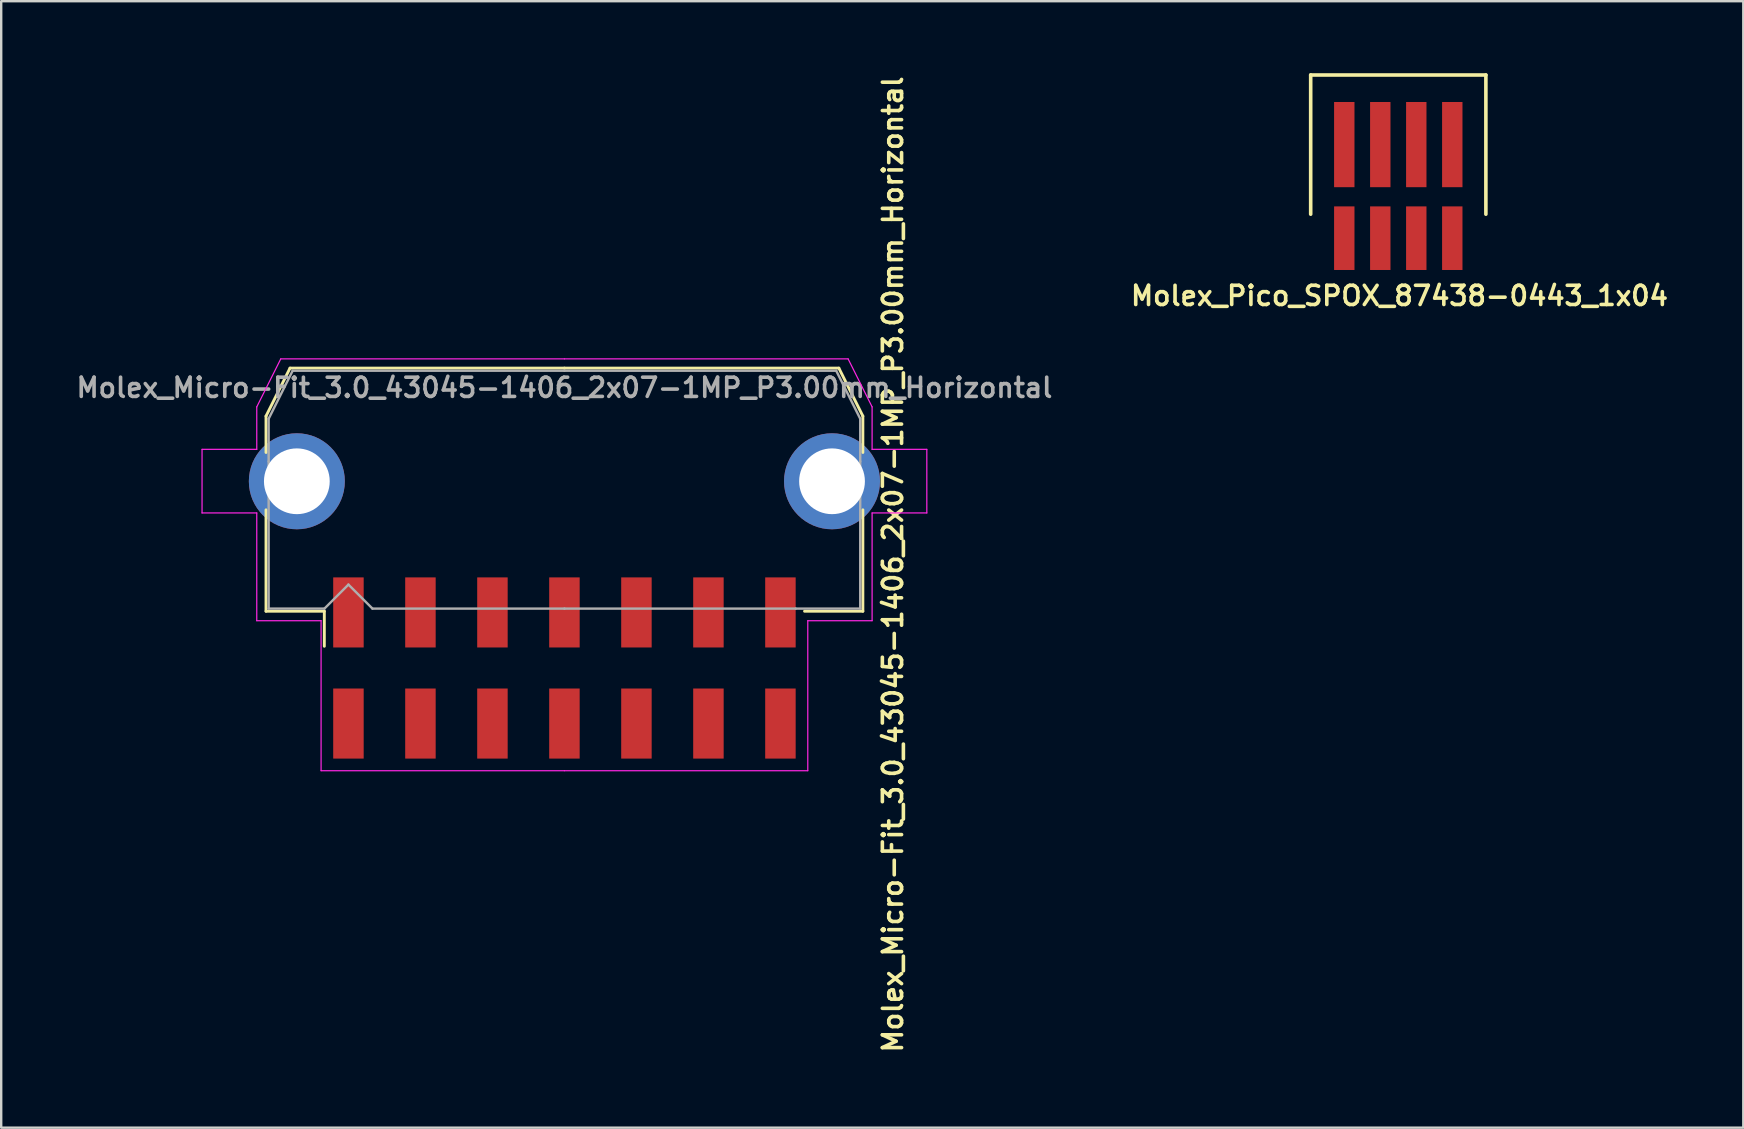
<source format=kicad_pcb>
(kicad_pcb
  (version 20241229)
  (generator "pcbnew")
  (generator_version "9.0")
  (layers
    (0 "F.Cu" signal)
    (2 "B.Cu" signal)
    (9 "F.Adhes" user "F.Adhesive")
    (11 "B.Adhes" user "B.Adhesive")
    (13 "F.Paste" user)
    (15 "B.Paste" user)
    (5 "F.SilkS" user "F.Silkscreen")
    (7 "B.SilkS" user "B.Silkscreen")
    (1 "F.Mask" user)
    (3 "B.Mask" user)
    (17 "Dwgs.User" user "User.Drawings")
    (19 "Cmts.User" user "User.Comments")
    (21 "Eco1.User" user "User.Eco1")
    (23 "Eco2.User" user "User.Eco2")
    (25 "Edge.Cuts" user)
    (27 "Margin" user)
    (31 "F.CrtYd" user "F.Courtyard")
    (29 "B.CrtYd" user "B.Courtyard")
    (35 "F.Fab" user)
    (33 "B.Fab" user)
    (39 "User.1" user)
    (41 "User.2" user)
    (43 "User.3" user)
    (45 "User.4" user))
  (footprint "Molex_Micro-Fit_3.0_43045-1406_2x07-1MP_P3.00mm_Horizontal"
    (layer "F.Cu")
    (at 20.469 24.784)
    (property "Reference" "Molex_Micro-Fit_3.0_43045-1406_2x07-1MP_P3.00mm_Horizontal" (at 13.685 -4.315 90) (layer "F.SilkS") (effects (font (size 0.8 0.8) (thickness 0.15))))
    (attr smd)
    (fp_line (start -12.435 -10.495) (end -12.435 -8.98) (stroke (width 0.12) (type solid)) (layer "F.SilkS"))
    (fp_line (start -12.435 -6.59) (end -12.435 -2.365) (stroke (width 0.12) (type solid)) (layer "F.SilkS"))
    (fp_line (start -12.435 -2.365) (end -10.005 -2.365) (stroke (width 0.12) (type solid)) (layer "F.SilkS"))
    (fp_line (start -11.435 -12.495) (end -12.435 -10.495) (stroke (width 0.12) (type solid)) (layer "F.SilkS"))
    (fp_line (start -10.005 -2.365) (end -10.005 -0.905) (stroke (width 0.12) (type solid)) (layer "F.SilkS"))
    (fp_line (start 0 -12.495) (end -11.435 -12.495) (stroke (width 0.12) (type solid)) (layer "F.SilkS"))
    (fp_line (start 0 -12.495) (end 11.435 -12.495) (stroke (width 0.12) (type solid)) (layer "F.SilkS"))
    (fp_line (start 11.435 -12.495) (end 12.435 -10.495) (stroke (width 0.12) (type solid)) (layer "F.SilkS"))
    (fp_line (start 12.435 -10.495) (end 12.435 -8.98) (stroke (width 0.12) (type solid)) (layer "F.SilkS"))
    (fp_line (start 12.435 -6.59) (end 12.435 -2.365) (stroke (width 0.12) (type solid)) (layer "F.SilkS"))
    (fp_line (start 12.435 -2.365) (end 10.005 -2.365) (stroke (width 0.12) (type solid)) (layer "F.SilkS"))
    (fp_line (start -15.1 -9.11) (end -15.1 -6.46) (stroke (width 0.05) (type solid)) (layer "F.CrtYd"))
    (fp_line (start -15.1 -6.46) (end -12.82 -6.46) (stroke (width 0.05) (type solid)) (layer "F.CrtYd"))
    (fp_line (start -12.82 -10.88) (end -12.82 -9.11) (stroke (width 0.05) (type solid)) (layer "F.CrtYd"))
    (fp_line (start -12.82 -9.11) (end -15.1 -9.11) (stroke (width 0.05) (type solid)) (layer "F.CrtYd"))
    (fp_line (start -12.82 -6.46) (end -12.82 -1.97) (stroke (width 0.05) (type solid)) (layer "F.CrtYd"))
    (fp_line (start -12.82 -1.97) (end -10.14 -1.97) (stroke (width 0.05) (type solid)) (layer "F.CrtYd"))
    (fp_line (start -11.82 -12.88) (end -12.82 -10.88) (stroke (width 0.05) (type solid)) (layer "F.CrtYd"))
    (fp_line (start -10.14 -1.97) (end -10.14 4.28) (stroke (width 0.05) (type solid)) (layer "F.CrtYd"))
    (fp_line (start -10.14 4.28) (end 0 4.28) (stroke (width 0.05) (type solid)) (layer "F.CrtYd"))
    (fp_line (start 0 -12.88) (end -11.82 -12.88) (stroke (width 0.05) (type solid)) (layer "F.CrtYd"))
    (fp_line (start 0 -12.88) (end 11.82 -12.88) (stroke (width 0.05) (type solid)) (layer "F.CrtYd"))
    (fp_line (start 10.14 -1.97) (end 10.14 4.28) (stroke (width 0.05) (type solid)) (layer "F.CrtYd"))
    (fp_line (start 10.14 4.28) (end 0 4.28) (stroke (width 0.05) (type solid)) (layer "F.CrtYd"))
    (fp_line (start 11.82 -12.88) (end 12.82 -10.88) (stroke (width 0.05) (type solid)) (layer "F.CrtYd"))
    (fp_line (start 12.82 -10.88) (end 12.82 -9.11) (stroke (width 0.05) (type solid)) (layer "F.CrtYd"))
    (fp_line (start 12.82 -9.11) (end 15.1 -9.11) (stroke (width 0.05) (type solid)) (layer "F.CrtYd"))
    (fp_line (start 12.82 -6.46) (end 12.82 -1.97) (stroke (width 0.05) (type solid)) (layer "F.CrtYd"))
    (fp_line (start 12.82 -1.97) (end 10.14 -1.97) (stroke (width 0.05) (type solid)) (layer "F.CrtYd"))
    (fp_line (start 15.1 -9.11) (end 15.1 -6.46) (stroke (width 0.05) (type solid)) (layer "F.CrtYd"))
    (fp_line (start 15.1 -6.46) (end 12.82 -6.46) (stroke (width 0.05) (type solid)) (layer "F.CrtYd"))
    (fp_line (start -12.325 -10.385) (end -12.325 -8.61) (stroke (width 0.1) (type solid)) (layer "F.Fab"))
    (fp_line (start -12.325 -8.61) (end -12.325 -2.475) (stroke (width 0.1) (type solid)) (layer "F.Fab"))
    (fp_line (start -12.325 -2.475) (end -10 -2.475) (stroke (width 0.1) (type solid)) (layer "F.Fab"))
    (fp_line (start -11.325 -12.385) (end -12.325 -10.385) (stroke (width 0.1) (type solid)) (layer "F.Fab"))
    (fp_line (start -10 -2.475) (end -9 -3.475) (stroke (width 0.1) (type solid)) (layer "F.Fab"))
    (fp_line (start -9 -3.475) (end -8 -2.475) (stroke (width 0.1) (type solid)) (layer "F.Fab"))
    (fp_line (start -8 -2.475) (end 0 -2.475) (stroke (width 0.1) (type solid)) (layer "F.Fab"))
    (fp_line (start 0 -12.385) (end -11.325 -12.385) (stroke (width 0.1) (type solid)) (layer "F.Fab"))
    (fp_line (start 0 -12.385) (end 11.325 -12.385) (stroke (width 0.1) (type solid)) (layer "F.Fab"))
    (fp_line (start 9.635 -2.475) (end 0 -2.475) (stroke (width 0.1) (type solid)) (layer "F.Fab"))
    (fp_line (start 11.325 -12.385) (end 12.325 -10.385) (stroke (width 0.1) (type solid)) (layer "F.Fab"))
    (fp_line (start 12.325 -10.385) (end 12.325 -8.61) (stroke (width 0.1) (type solid)) (layer "F.Fab"))
    (fp_line (start 12.325 -8.61) (end 12.325 -2.475) (stroke (width 0.1) (type solid)) (layer "F.Fab"))
    (fp_line (start 12.325 -2.475) (end 9.635 -2.475) (stroke (width 0.1) (type solid)) (layer "F.Fab"))
    (fp_text user "${REFERENCE}" (at 0 -11.68 0) (layer "F.Fab") (effects (font (size 0.8 0.8) (thickness 0.15))))
    (pad "" thru_hole circle (at -11.15 -7.78) (size 4 4) (drill 2.74) (layers "*.Cu" "*.Mask"))
    (pad "" thru_hole circle (at 11.15 -7.78) (size 4 4) (drill 2.74) (layers "*.Cu" "*.Mask"))
    (pad "1" smd rect (at -9 -2.315) (size 1.27 2.92) (layers "F.Cu" "F.Mask" "F.Paste"))
    (pad "2" smd rect (at -6 -2.315) (size 1.27 2.92) (layers "F.Cu" "F.Mask" "F.Paste"))
    (pad "3" smd rect (at -3 -2.315) (size 1.27 2.92) (layers "F.Cu" "F.Mask" "F.Paste"))
    (pad "4" smd rect (at 0 -2.315) (size 1.27 2.92) (layers "F.Cu" "F.Mask" "F.Paste"))
    (pad "5" smd rect (at 3 -2.315) (size 1.27 2.92) (layers "F.Cu" "F.Mask" "F.Paste"))
    (pad "6" smd rect (at 6 -2.315) (size 1.27 2.92) (layers "F.Cu" "F.Mask" "F.Paste"))
    (pad "7" smd rect (at 9 -2.315) (size 1.27 2.92) (layers "F.Cu" "F.Mask" "F.Paste"))
    (pad "8" smd rect (at -9 2.315) (size 1.27 2.92) (layers "F.Cu" "F.Mask" "F.Paste"))
    (pad "9" smd rect (at -6 2.315) (size 1.27 2.92) (layers "F.Cu" "F.Mask" "F.Paste"))
    (pad "10" smd rect (at -3 2.315) (size 1.27 2.92) (layers "F.Cu" "F.Mask" "F.Paste"))
    (pad "11" smd rect (at 0 2.315) (size 1.27 2.92) (layers "F.Cu" "F.Mask" "F.Paste"))
    (pad "12" smd rect (at 3 2.315) (size 1.27 2.92) (layers "F.Cu" "F.Mask" "F.Paste"))
    (pad "13" smd rect (at 6 2.315) (size 1.27 2.92) (layers "F.Cu" "F.Mask" "F.Paste"))
    (pad "14" smd rect (at 9 2.315) (size 1.27 2.92) (layers "F.Cu" "F.Mask" "F.Paste")))
  (footprint "Molex_Pico_SPOX_87438-0443_1x04"
    (layer "F.Cu")
    (at 52.964 6.875)
    (property "Reference" "Molex_Pico_SPOX_87438-0443_1x04" (at 2.3 2.4 0) (layer "F.SilkS") (effects (font (size 0.8 0.8) (thickness 0.15))))
    (attr through_hole)
    (fp_line (start -1.4 -6.8) (end 5.9 -6.8) (stroke (width 0.15) (type solid)) (layer "F.SilkS"))
    (fp_line (start -1.4 -1) (end -1.4 -6.8) (stroke (width 0.15) (type solid)) (layer "F.SilkS"))
    (fp_line (start 5.9 -1) (end 5.9 -6.8) (stroke (width 0.15) (type solid)) (layer "F.SilkS"))
    (pad "1" smd rect (at 4.5 -3.9) (size 0.85 3.55) (layers "F.Cu" "F.Mask" "F.Paste"))
    (pad "1" smd rect (at 4.5 0) (size 0.85 2.65) (layers "F.Cu" "F.Mask" "F.Paste"))
    (pad "2" smd rect (at 3 -3.9) (size 0.85 3.55) (layers "F.Cu" "F.Mask" "F.Paste"))
    (pad "2" smd rect (at 3 0) (size 0.85 2.65) (layers "F.Cu" "F.Mask" "F.Paste"))
    (pad "3" smd rect (at 1.5 -3.9) (size 0.85 3.55) (layers "F.Cu" "F.Mask" "F.Paste"))
    (pad "3" smd rect (at 1.5 0) (size 0.85 2.65) (layers "F.Cu" "F.Mask" "F.Paste"))
    (pad "4" smd rect (at 0 -3.9) (size 0.85 3.55) (layers "F.Cu" "F.Mask" "F.Paste"))
    (pad "4" smd rect (at 0 0) (size 0.85 2.65) (layers "F.Cu" "F.Mask" "F.Paste")))
  (gr_rect
    (start -3 -3)
    (end 69.59 43.938)
    (stroke (width 0.1) (type default))
    (fill no)
    (layer "Edge.Cuts")))
</source>
